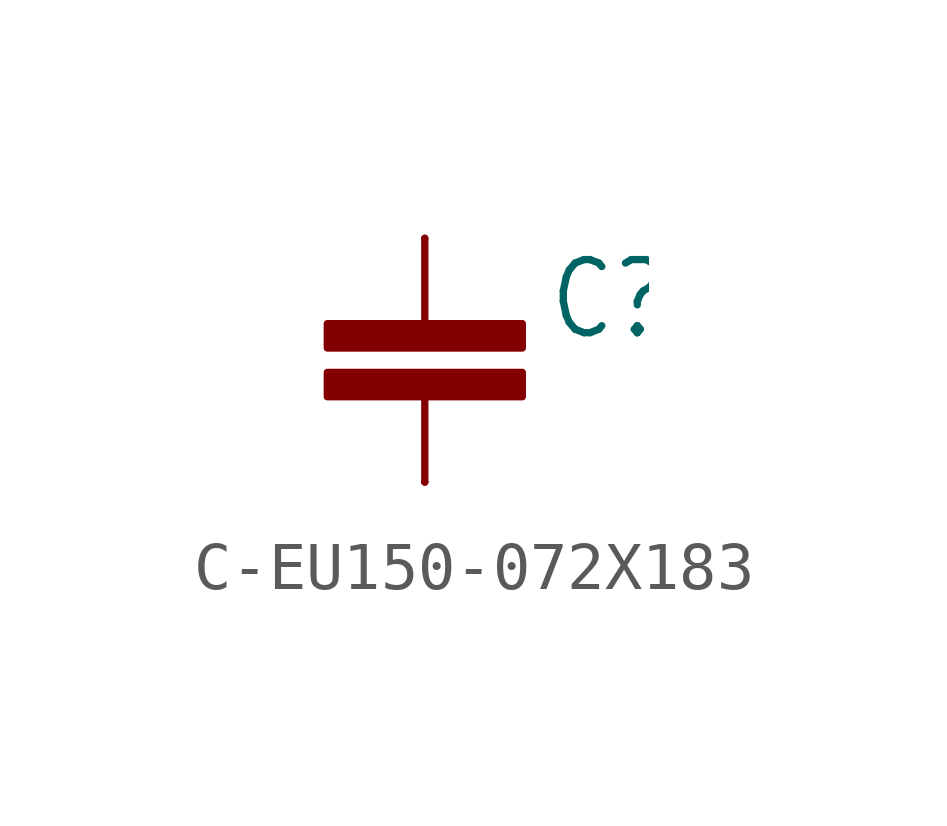
<source format=kicad_sym>
(kicad_symbol_lib
  (version 20220914)
  (generator kicad_symbol_editor)
  (symbol "C-EU150-072X183"
    (property "Reference" "C"
      (at 2.54 1.27 0)
      (effects (font (size 1.524 1.295)) (justify left)))
    (property "Value" ""
      (at 2.54 -1.27 0)
      (effects (font (size 1.524 1.295)) (justify left)))
    (property "ki_locked" ""
      (at 0 0 0)
      (effects (font (size 1.27 1.27))))
    (symbol "C-EU150-072X183_1_0"
      (rectangle (start -2.032 -0.762) (end 2.032 -0.254) (stroke (width 0) (type default)) (fill (type outline)))
      (rectangle (start -2.032 0.254) (end 2.032 0.762) (stroke (width 0) (type default)) (fill (type outline)))
      (polyline (pts (xy 0 -2.54) (xy 0 -0.762)) (stroke (width 0.152) (type solid)) (fill (type none)))
      (polyline (pts (xy 0 2.54) (xy 0 0.762)) (stroke (width 0.152) (type solid)) (fill (type none)))
      (pin passive line (at 0 2.54 270) (length 0) (name "1" (effects (font (size 0 0)))) (number "1" (effects (font (size 0 0)))))
      (pin passive line (at 0 -2.54 90) (length 0) (name "2" (effects (font (size 0 0)))) (number "2" (effects (font (size 0 0))))))))
</source>
